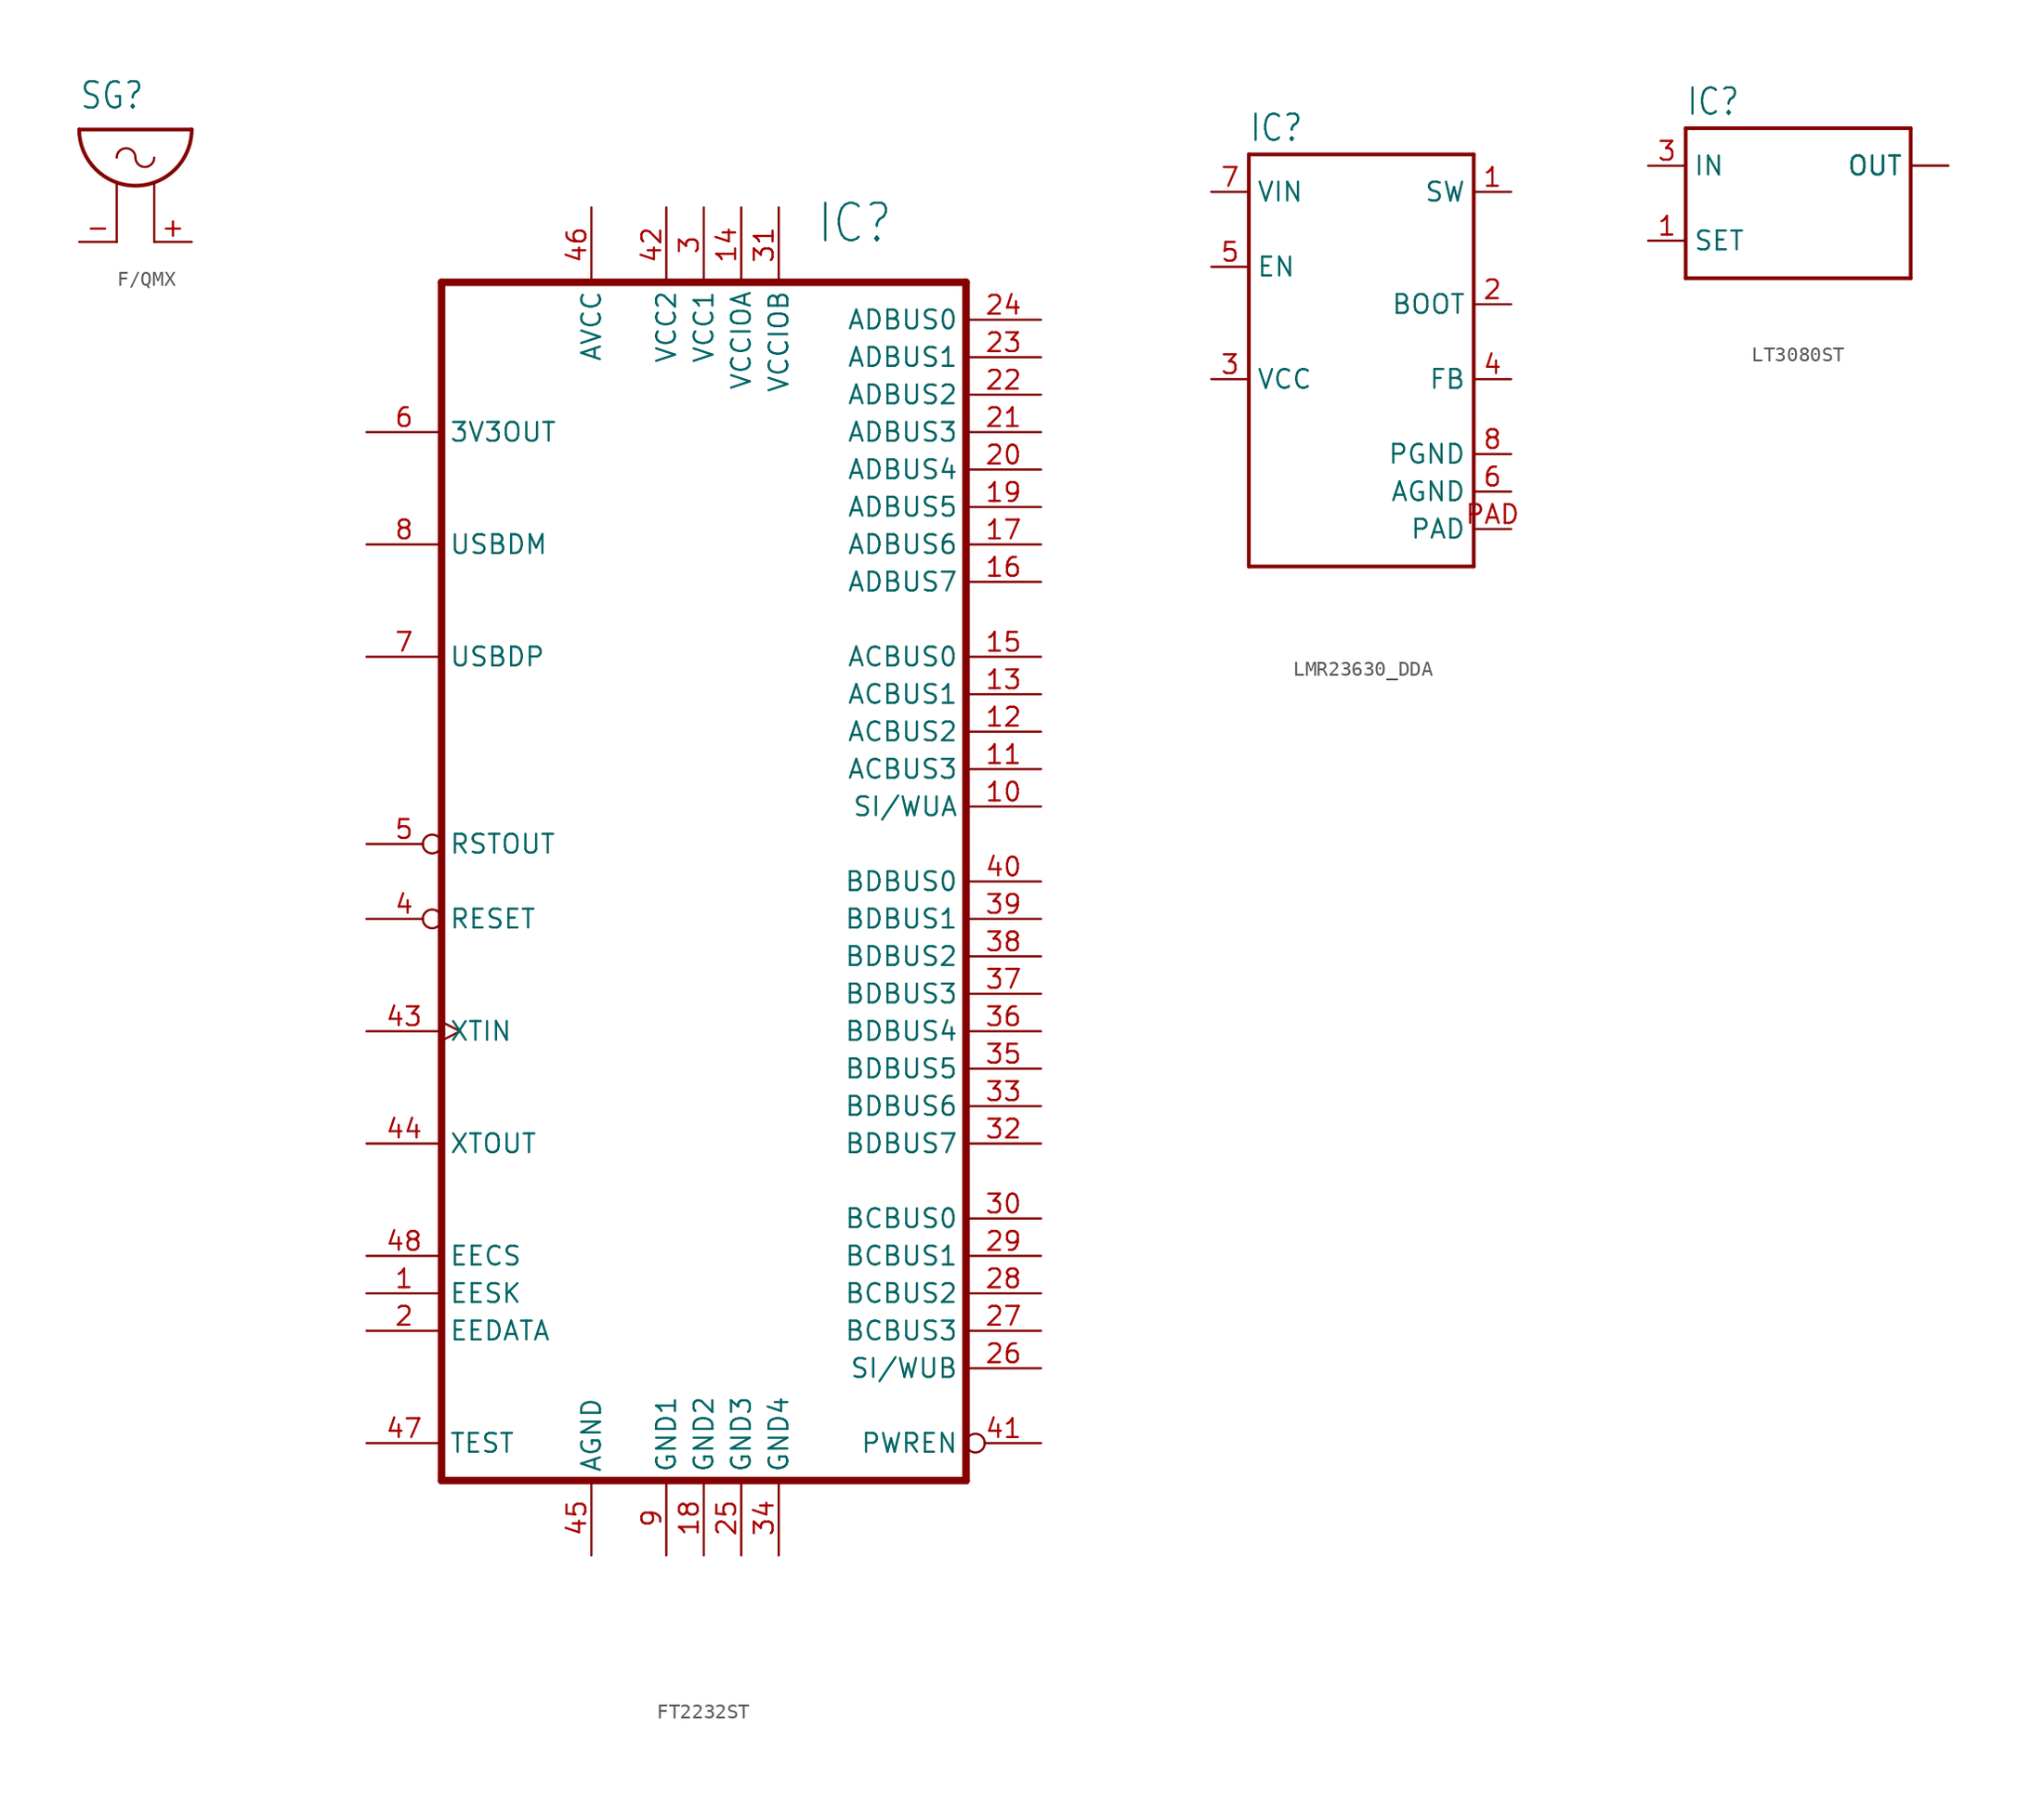
<source format=kicad_sym>
(kicad_symbol_lib
  (version 20231120)
  (generator "kicad_symbol_editor")
  (generator_version "8.0")
  (symbol "F/QMX"
    (property "Reference" "SG"
      (at -2.54 6.35 0)
      (effects (font (size 1.778 1.511)) (justify left bottom)))
    (property "Value" ""
      (at 6.35 0 0)
      (effects (font (size 1.778 1.511)) (justify left bottom)))
    (property "ki_locked" ""
      (at 0 0 0)
      (effects (font (size 1.27 1.27))))
    (symbol "F/QMX_1_0"
      (arc (start -2.54 5.08) (mid 1.27 1.27) (end 5.08 5.08) (stroke (width 0.254) (type solid)) (fill (type none)))
      (polyline (pts (xy -2.54 5.08) (xy 5.08 5.08)) (stroke (width 0.254) (type solid)) (fill (type none)))
      (polyline (pts (xy 0 -2.54) (xy 0 1.397)) (stroke (width 0.152) (type solid)) (fill (type none)))
      (polyline (pts (xy 2.54 -2.54) (xy 2.54 1.397)) (stroke (width 0.152) (type solid)) (fill (type none)))
      (arc (start 1.27 3.175) (mid 0.635 3.81) (end 0 3.175) (stroke (width 0.1524) (type solid)) (fill (type none)))
      (arc (start 1.27 3.175) (mid 1.905 2.54) (end 2.54 3.175) (stroke (width 0.1524) (type solid)) (fill (type none)))
      (pin passive line (at 5.08 -2.54 180) (length 2.54) (name "2" (effects (font (size 0 0)))) (number "+" (effects (font (size 1.27 1.27)))))
      (pin passive line (at -2.54 -2.54 0) (length 2.54) (name "1" (effects (font (size 0 0)))) (number "-" (effects (font (size 1.27 1.27)))))))
  (symbol "FT2232ST"
    (property "Reference" "IC"
      (at 7.62 38.1 0)
      (effects (font (size 2.54 2.159)) (justify left bottom)))
    (property "Value" ""
      (at 7.62 -50.8 0)
      (effects (font (size 2.54 2.159)) (justify left bottom)))
    (property "ki_locked" ""
      (at 0 0 0)
      (effects (font (size 1.27 1.27))))
    (symbol "FT2232ST_1_0"
      (polyline (pts (xy -17.78 -45.72) (xy -17.78 35.56)) (stroke (width 0.508) (type solid)) (fill (type none)))
      (polyline (pts (xy -17.78 35.56) (xy 17.78 35.56)) (stroke (width 0.508) (type solid)) (fill (type none)))
      (polyline (pts (xy 17.78 -45.72) (xy -17.78 -45.72)) (stroke (width 0.508) (type solid)) (fill (type none)))
      (polyline (pts (xy 17.78 35.56) (xy 17.78 -45.72)) (stroke (width 0.508) (type solid)) (fill (type none)))
      (pin bidirectional line (at -22.86 -33.02 0) (length 5.08) (name "EESK" (effects (font (size 1.27 1.27)))) (number "1" (effects (font (size 1.27 1.27)))))
      (pin bidirectional line (at 22.86 0 180) (length 5.08) (name "SI/WUA" (effects (font (size 1.27 1.27)))) (number "10" (effects (font (size 1.27 1.27)))))
      (pin bidirectional line (at 22.86 2.54 180) (length 5.08) (name "ACBUS3" (effects (font (size 1.27 1.27)))) (number "11" (effects (font (size 1.27 1.27)))))
      (pin bidirectional line (at 22.86 5.08 180) (length 5.08) (name "ACBUS2" (effects (font (size 1.27 1.27)))) (number "12" (effects (font (size 1.27 1.27)))))
      (pin bidirectional line (at 22.86 7.62 180) (length 5.08) (name "ACBUS1" (effects (font (size 1.27 1.27)))) (number "13" (effects (font (size 1.27 1.27)))))
      (pin bidirectional line (at 2.54 40.64 270) (length 5.08) (name "VCCIOA" (effects (font (size 1.27 1.27)))) (number "14" (effects (font (size 1.27 1.27)))))
      (pin bidirectional line (at 22.86 10.16 180) (length 5.08) (name "ACBUS0" (effects (font (size 1.27 1.27)))) (number "15" (effects (font (size 1.27 1.27)))))
      (pin bidirectional line (at 22.86 15.24 180) (length 5.08) (name "ADBUS7" (effects (font (size 1.27 1.27)))) (number "16" (effects (font (size 1.27 1.27)))))
      (pin bidirectional line (at 22.86 17.78 180) (length 5.08) (name "ADBUS6" (effects (font (size 1.27 1.27)))) (number "17" (effects (font (size 1.27 1.27)))))
      (pin bidirectional line (at 0 -50.8 90) (length 5.08) (name "GND2" (effects (font (size 1.27 1.27)))) (number "18" (effects (font (size 1.27 1.27)))))
      (pin bidirectional line (at 22.86 20.32 180) (length 5.08) (name "ADBUS5" (effects (font (size 1.27 1.27)))) (number "19" (effects (font (size 1.27 1.27)))))
      (pin bidirectional line (at -22.86 -35.56 0) (length 5.08) (name "EEDATA" (effects (font (size 1.27 1.27)))) (number "2" (effects (font (size 1.27 1.27)))))
      (pin bidirectional line (at 22.86 22.86 180) (length 5.08) (name "ADBUS4" (effects (font (size 1.27 1.27)))) (number "20" (effects (font (size 1.27 1.27)))))
      (pin bidirectional line (at 22.86 25.4 180) (length 5.08) (name "ADBUS3" (effects (font (size 1.27 1.27)))) (number "21" (effects (font (size 1.27 1.27)))))
      (pin bidirectional line (at 22.86 27.94 180) (length 5.08) (name "ADBUS2" (effects (font (size 1.27 1.27)))) (number "22" (effects (font (size 1.27 1.27)))))
      (pin bidirectional line (at 22.86 30.48 180) (length 5.08) (name "ADBUS1" (effects (font (size 1.27 1.27)))) (number "23" (effects (font (size 1.27 1.27)))))
      (pin bidirectional line (at 22.86 33.02 180) (length 5.08) (name "ADBUS0" (effects (font (size 1.27 1.27)))) (number "24" (effects (font (size 1.27 1.27)))))
      (pin bidirectional line (at 2.54 -50.8 90) (length 5.08) (name "GND3" (effects (font (size 1.27 1.27)))) (number "25" (effects (font (size 1.27 1.27)))))
      (pin bidirectional line (at 22.86 -38.1 180) (length 5.08) (name "SI/WUB" (effects (font (size 1.27 1.27)))) (number "26" (effects (font (size 1.27 1.27)))))
      (pin bidirectional line (at 22.86 -35.56 180) (length 5.08) (name "BCBUS3" (effects (font (size 1.27 1.27)))) (number "27" (effects (font (size 1.27 1.27)))))
      (pin bidirectional line (at 22.86 -33.02 180) (length 5.08) (name "BCBUS2" (effects (font (size 1.27 1.27)))) (number "28" (effects (font (size 1.27 1.27)))))
      (pin bidirectional line (at 22.86 -30.48 180) (length 5.08) (name "BCBUS1" (effects (font (size 1.27 1.27)))) (number "29" (effects (font (size 1.27 1.27)))))
      (pin bidirectional line (at 0 40.64 270) (length 5.08) (name "VCC1" (effects (font (size 1.27 1.27)))) (number "3" (effects (font (size 1.27 1.27)))))
      (pin bidirectional line (at 22.86 -27.94 180) (length 5.08) (name "BCBUS0" (effects (font (size 1.27 1.27)))) (number "30" (effects (font (size 1.27 1.27)))))
      (pin bidirectional line (at 5.08 40.64 270) (length 5.08) (name "VCCIOB" (effects (font (size 1.27 1.27)))) (number "31" (effects (font (size 1.27 1.27)))))
      (pin bidirectional line (at 22.86 -22.86 180) (length 5.08) (name "BDBUS7" (effects (font (size 1.27 1.27)))) (number "32" (effects (font (size 1.27 1.27)))))
      (pin bidirectional line (at 22.86 -20.32 180) (length 5.08) (name "BDBUS6" (effects (font (size 1.27 1.27)))) (number "33" (effects (font (size 1.27 1.27)))))
      (pin bidirectional line (at 5.08 -50.8 90) (length 5.08) (name "GND4" (effects (font (size 1.27 1.27)))) (number "34" (effects (font (size 1.27 1.27)))))
      (pin bidirectional line (at 22.86 -17.78 180) (length 5.08) (name "BDBUS5" (effects (font (size 1.27 1.27)))) (number "35" (effects (font (size 1.27 1.27)))))
      (pin bidirectional line (at 22.86 -15.24 180) (length 5.08) (name "BDBUS4" (effects (font (size 1.27 1.27)))) (number "36" (effects (font (size 1.27 1.27)))))
      (pin bidirectional line (at 22.86 -12.7 180) (length 5.08) (name "BDBUS3" (effects (font (size 1.27 1.27)))) (number "37" (effects (font (size 1.27 1.27)))))
      (pin bidirectional line (at 22.86 -10.16 180) (length 5.08) (name "BDBUS2" (effects (font (size 1.27 1.27)))) (number "38" (effects (font (size 1.27 1.27)))))
      (pin bidirectional line (at 22.86 -7.62 180) (length 5.08) (name "BDBUS1" (effects (font (size 1.27 1.27)))) (number "39" (effects (font (size 1.27 1.27)))))
      (pin bidirectional inverted (at -22.86 -7.62 0) (length 5.08) (name "RESET" (effects (font (size 1.27 1.27)))) (number "4" (effects (font (size 1.27 1.27)))))
      (pin bidirectional line (at 22.86 -5.08 180) (length 5.08) (name "BDBUS0" (effects (font (size 1.27 1.27)))) (number "40" (effects (font (size 1.27 1.27)))))
      (pin bidirectional inverted (at 22.86 -43.18 180) (length 5.08) (name "PWREN" (effects (font (size 1.27 1.27)))) (number "41" (effects (font (size 1.27 1.27)))))
      (pin bidirectional line (at -2.54 40.64 270) (length 5.08) (name "VCC2" (effects (font (size 1.27 1.27)))) (number "42" (effects (font (size 1.27 1.27)))))
      (pin bidirectional clock (at -22.86 -15.24 0) (length 5.08) (name "XTIN" (effects (font (size 1.27 1.27)))) (number "43" (effects (font (size 1.27 1.27)))))
      (pin bidirectional line (at -22.86 -22.86 0) (length 5.08) (name "XTOUT" (effects (font (size 1.27 1.27)))) (number "44" (effects (font (size 1.27 1.27)))))
      (pin bidirectional line (at -7.62 -50.8 90) (length 5.08) (name "AGND" (effects (font (size 1.27 1.27)))) (number "45" (effects (font (size 1.27 1.27)))))
      (pin bidirectional line (at -7.62 40.64 270) (length 5.08) (name "AVCC" (effects (font (size 1.27 1.27)))) (number "46" (effects (font (size 1.27 1.27)))))
      (pin bidirectional line (at -22.86 -43.18 0) (length 5.08) (name "TEST" (effects (font (size 1.27 1.27)))) (number "47" (effects (font (size 1.27 1.27)))))
      (pin bidirectional line (at -22.86 -30.48 0) (length 5.08) (name "EECS" (effects (font (size 1.27 1.27)))) (number "48" (effects (font (size 1.27 1.27)))))
      (pin bidirectional inverted (at -22.86 -2.54 0) (length 5.08) (name "RSTOUT" (effects (font (size 1.27 1.27)))) (number "5" (effects (font (size 1.27 1.27)))))
      (pin bidirectional line (at -22.86 25.4 0) (length 5.08) (name "3V3OUT" (effects (font (size 1.27 1.27)))) (number "6" (effects (font (size 1.27 1.27)))))
      (pin bidirectional line (at -22.86 10.16 0) (length 5.08) (name "USBDP" (effects (font (size 1.27 1.27)))) (number "7" (effects (font (size 1.27 1.27)))))
      (pin bidirectional line (at -22.86 17.78 0) (length 5.08) (name "USBDM" (effects (font (size 1.27 1.27)))) (number "8" (effects (font (size 1.27 1.27)))))
      (pin bidirectional line (at -2.54 -50.8 90) (length 5.08) (name "GND1" (effects (font (size 1.27 1.27)))) (number "9" (effects (font (size 1.27 1.27)))))))
  (symbol "LMR23630_DDA"
    (property "Reference" "IC"
      (at -7.62 13.462 0)
      (effects (font (size 1.778 1.511)) (justify left bottom)))
    (property "Value" ""
      (at -7.62 -17.78 0)
      (effects (font (size 1.778 1.511)) (justify left bottom)))
    (property "ki_locked" ""
      (at 0 0 0)
      (effects (font (size 1.27 1.27))))
    (symbol "LMR23630_DDA_1_0"
      (polyline (pts (xy -7.62 -15.24) (xy 7.62 -15.24)) (stroke (width 0.254) (type solid)) (fill (type none)))
      (polyline (pts (xy -7.62 12.7) (xy -7.62 -15.24)) (stroke (width 0.254) (type solid)) (fill (type none)))
      (polyline (pts (xy 7.62 -15.24) (xy 7.62 12.7)) (stroke (width 0.254) (type solid)) (fill (type none)))
      (polyline (pts (xy 7.62 12.7) (xy -7.62 12.7)) (stroke (width 0.254) (type solid)) (fill (type none)))
      (pin bidirectional line (at 10.16 10.16 180) (length 2.54) (name "SW" (effects (font (size 1.27 1.27)))) (number "1" (effects (font (size 1.27 1.27)))))
      (pin bidirectional line (at 10.16 2.54 180) (length 2.54) (name "BOOT" (effects (font (size 1.27 1.27)))) (number "2" (effects (font (size 1.27 1.27)))))
      (pin bidirectional line (at -10.16 -2.54 0) (length 2.54) (name "VCC" (effects (font (size 1.27 1.27)))) (number "3" (effects (font (size 1.27 1.27)))))
      (pin bidirectional line (at 10.16 -2.54 180) (length 2.54) (name "FB" (effects (font (size 1.27 1.27)))) (number "4" (effects (font (size 1.27 1.27)))))
      (pin bidirectional line (at -10.16 5.08 0) (length 2.54) (name "EN" (effects (font (size 1.27 1.27)))) (number "5" (effects (font (size 1.27 1.27)))))
      (pin bidirectional line (at 10.16 -10.16 180) (length 2.54) (name "AGND" (effects (font (size 1.27 1.27)))) (number "6" (effects (font (size 1.27 1.27)))))
      (pin bidirectional line (at -10.16 10.16 0) (length 2.54) (name "VIN" (effects (font (size 1.27 1.27)))) (number "7" (effects (font (size 1.27 1.27)))))
      (pin bidirectional line (at 10.16 -7.62 180) (length 2.54) (name "PGND" (effects (font (size 1.27 1.27)))) (number "8" (effects (font (size 1.27 1.27)))))
      (pin bidirectional line (at 10.16 -12.7 180) (length 2.54) (name "PAD" (effects (font (size 1.27 1.27)))) (number "PAD" (effects (font (size 1.27 1.27)))))))
  (symbol "LT3080ST"
    (property "Reference" "IC"
      (at -7.62 8.382 0)
      (effects (font (size 1.778 1.511)) (justify left bottom)))
    (property "Value" ""
      (at -7.62 -5.08 0)
      (effects (font (size 1.778 1.511)) (justify left bottom)))
    (property "ki_locked" ""
      (at 0 0 0)
      (effects (font (size 1.27 1.27))))
    (symbol "LT3080ST_1_0"
      (polyline (pts (xy -7.62 -2.54) (xy 7.62 -2.54)) (stroke (width 0.254) (type solid)) (fill (type none)))
      (polyline (pts (xy -7.62 7.62) (xy -7.62 -2.54)) (stroke (width 0.254) (type solid)) (fill (type none)))
      (polyline (pts (xy 7.62 -2.54) (xy 7.62 7.62)) (stroke (width 0.254) (type solid)) (fill (type none)))
      (polyline (pts (xy 7.62 7.62) (xy -7.62 7.62)) (stroke (width 0.254) (type solid)) (fill (type none)))
      (pin bidirectional line (at -10.16 0 0) (length 2.54) (name "SET" (effects (font (size 1.27 1.27)))) (number "1" (effects (font (size 1.27 1.27)))))
      (pin power_in line (at 10.16 5.08 180) (length 2.54) (name "OUT" (effects (font (size 1.27 1.27)))) (number "2" (effects (font (size 0 0)))))
      (pin power_in line (at -10.16 5.08 0) (length 2.54) (name "IN" (effects (font (size 1.27 1.27)))) (number "3" (effects (font (size 1.27 1.27)))))
      (pin power_in line (at 10.16 5.08 180) (length 2.54) (name "OUT" (effects (font (size 1.27 1.27)))) (number "4" (effects (font (size 0 0))))))))
</source>
